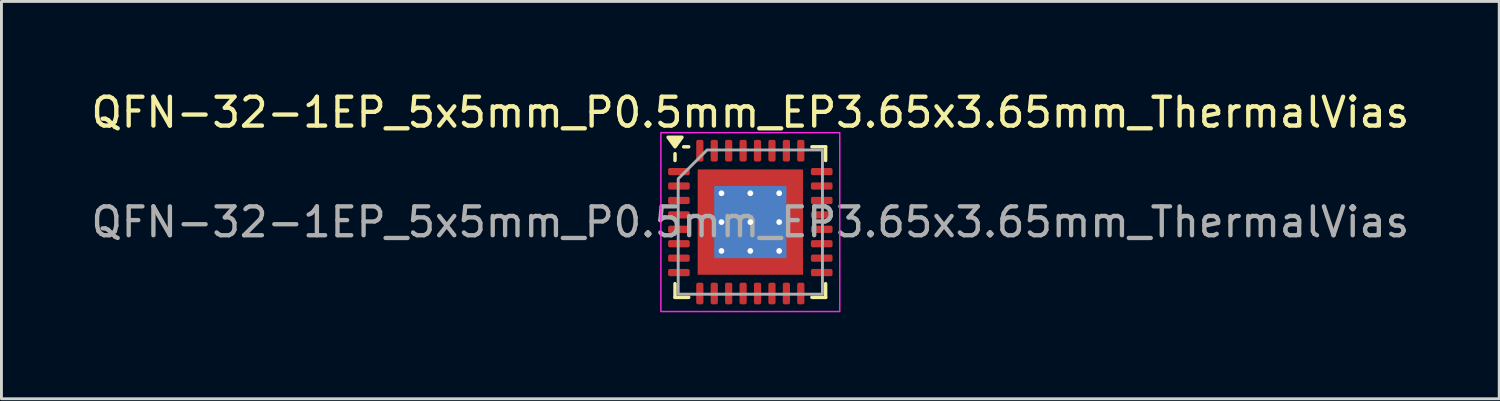
<source format=kicad_pcb>
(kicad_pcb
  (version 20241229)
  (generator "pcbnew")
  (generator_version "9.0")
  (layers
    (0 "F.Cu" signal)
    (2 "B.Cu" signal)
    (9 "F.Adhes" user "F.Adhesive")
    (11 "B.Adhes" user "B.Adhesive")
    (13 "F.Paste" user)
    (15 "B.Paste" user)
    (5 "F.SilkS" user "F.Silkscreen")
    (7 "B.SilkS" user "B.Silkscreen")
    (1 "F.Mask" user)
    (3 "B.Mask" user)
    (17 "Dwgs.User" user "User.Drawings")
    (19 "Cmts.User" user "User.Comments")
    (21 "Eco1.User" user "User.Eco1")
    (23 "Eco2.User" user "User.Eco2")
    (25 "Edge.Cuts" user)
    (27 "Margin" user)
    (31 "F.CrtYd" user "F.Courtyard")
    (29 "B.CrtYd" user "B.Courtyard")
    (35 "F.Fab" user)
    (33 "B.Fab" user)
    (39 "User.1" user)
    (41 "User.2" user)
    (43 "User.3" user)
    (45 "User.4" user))
  (footprint "QFN-32-1EP_5x5mm_P0.5mm_EP3.65x3.65mm_ThermalVias"
    (layer "F.Cu")
    (at 22.958 4.648)
    (property "Reference" "QFN-32-1EP_5x5mm_P0.5mm_EP3.65x3.65mm_ThermalVias" (at 0 -3.8 0) (layer "F.SilkS") (effects (font (size 1 1) (thickness 0.15))))
    (attr smd)
    (fp_line (start -2.61 -2.135) (end -2.61 -2.37) (stroke (width 0.12) (type solid)) (layer "F.SilkS"))
    (fp_line (start -2.61 2.61) (end -2.61 2.135) (stroke (width 0.12) (type solid)) (layer "F.SilkS"))
    (fp_line (start -2.135 -2.61) (end -2.31 -2.61) (stroke (width 0.12) (type solid)) (layer "F.SilkS"))
    (fp_line (start -2.135 2.61) (end -2.61 2.61) (stroke (width 0.12) (type solid)) (layer "F.SilkS"))
    (fp_line (start 2.135 -2.61) (end 2.61 -2.61) (stroke (width 0.12) (type solid)) (layer "F.SilkS"))
    (fp_line (start 2.135 2.61) (end 2.61 2.61) (stroke (width 0.12) (type solid)) (layer "F.SilkS"))
    (fp_line (start 2.61 -2.61) (end 2.61 -2.135) (stroke (width 0.12) (type solid)) (layer "F.SilkS"))
    (fp_line (start 2.61 2.61) (end 2.61 2.135) (stroke (width 0.12) (type solid)) (layer "F.SilkS"))
    (fp_poly (pts (xy -2.61 -2.61) (xy -2.85 -2.94) (xy -2.37 -2.94)) (stroke (width 0.12) (type solid)) (fill yes) (layer "F.SilkS"))
    (fp_rect (start -3.1 -3.1) (end 3.1 3.1) (stroke (width 0.05) (type solid)) (fill no) (layer "F.CrtYd"))
    (fp_poly (pts (xy -2.5 -1.5) (xy -2.5 2.5) (xy 2.5 2.5) (xy 2.5 -2.5) (xy -1.5 -2.5)) (stroke (width 0.1) (type solid)) (fill no) (layer "F.Fab"))
    (fp_text user "${REFERENCE}" (at 0 0 0) (layer "F.Fab") (effects (font (size 1 1) (thickness 0.15))))
    (pad "" smd custom (at -1.413 -1.413) (size 0.578 0.578) (layers "F.Paste") (options (anchor circle)) (primitives (gr_poly (pts (xy -0.246 -0.246) (xy 0.246 -0.246) (xy 0.246 0.174) (xy 0.174 0.246) (xy -0.246 0.246)) (width 0.174) (fill yes))))
    (pad "" smd custom (at -1.413 -0.5) (size 0.59 0.59) (layers "F.Paste") (options (anchor circle)) (primitives (gr_poly (pts (xy -0.258 -0.328) (xy 0.195 -0.328) (xy 0.258 -0.266) (xy 0.258 0.266) (xy 0.195 0.328) (xy -0.258 0.328)) (width 0.15) (fill yes))))
    (pad "" smd custom (at -1.413 0.5) (size 0.59 0.59) (layers "F.Paste") (options (anchor circle)) (primitives (gr_poly (pts (xy -0.258 -0.328) (xy 0.195 -0.328) (xy 0.258 -0.266) (xy 0.258 0.266) (xy 0.195 0.328) (xy -0.258 0.328)) (width 0.15) (fill yes))))
    (pad "" smd custom (at -1.413 1.413) (size 0.578 0.578) (layers "F.Paste") (options (anchor circle)) (primitives (gr_poly (pts (xy -0.246 -0.246) (xy 0.174 -0.246) (xy 0.246 -0.174) (xy 0.246 0.246) (xy -0.246 0.246)) (width 0.174) (fill yes))))
    (pad "" smd custom (at -0.5 -1.413) (size 0.59 0.59) (layers "F.Paste") (options (anchor circle)) (primitives (gr_poly (pts (xy -0.328 -0.258) (xy 0.328 -0.258) (xy 0.328 0.195) (xy 0.266 0.258) (xy -0.266 0.258) (xy -0.328 0.195)) (width 0.15) (fill yes))))
    (pad "" smd roundrect (at -0.5 -0.5) (size 0.806 0.806) (layers "F.Paste") (roundrect_rratio 0.25))
    (pad "" smd roundrect (at -0.5 0.5) (size 0.806 0.806) (layers "F.Paste") (roundrect_rratio 0.25))
    (pad "" smd custom (at -0.5 1.413) (size 0.59 0.59) (layers "F.Paste") (options (anchor circle)) (primitives (gr_poly (pts (xy -0.328 -0.195) (xy -0.266 -0.258) (xy 0.266 -0.258) (xy 0.328 -0.195) (xy 0.328 0.258) (xy -0.328 0.258)) (width 0.15) (fill yes))))
    (pad "" smd custom (at 0.5 -1.413) (size 0.59 0.59) (layers "F.Paste") (options (anchor circle)) (primitives (gr_poly (pts (xy -0.328 -0.258) (xy 0.328 -0.258) (xy 0.328 0.195) (xy 0.266 0.258) (xy -0.266 0.258) (xy -0.328 0.195)) (width 0.15) (fill yes))))
    (pad "" smd roundrect (at 0.5 -0.5) (size 0.806 0.806) (layers "F.Paste") (roundrect_rratio 0.25))
    (pad "" smd roundrect (at 0.5 0.5) (size 0.806 0.806) (layers "F.Paste") (roundrect_rratio 0.25))
    (pad "" smd custom (at 0.5 1.413) (size 0.59 0.59) (layers "F.Paste") (options (anchor circle)) (primitives (gr_poly (pts (xy -0.328 -0.195) (xy -0.266 -0.258) (xy 0.266 -0.258) (xy 0.328 -0.195) (xy 0.328 0.258) (xy -0.328 0.258)) (width 0.15) (fill yes))))
    (pad "" smd custom (at 1.413 -1.413) (size 0.578 0.578) (layers "F.Paste") (options (anchor circle)) (primitives (gr_poly (pts (xy -0.246 -0.246) (xy 0.246 -0.246) (xy 0.246 0.246) (xy -0.174 0.246) (xy -0.246 0.174)) (width 0.174) (fill yes))))
    (pad "" smd custom (at 1.413 -0.5) (size 0.59 0.59) (layers "F.Paste") (options (anchor circle)) (primitives (gr_poly (pts (xy -0.258 -0.266) (xy -0.195 -0.328) (xy 0.258 -0.328) (xy 0.258 0.328) (xy -0.195 0.328) (xy -0.258 0.266)) (width 0.15) (fill yes))))
    (pad "" smd custom (at 1.413 0.5) (size 0.59 0.59) (layers "F.Paste") (options (anchor circle)) (primitives (gr_poly (pts (xy -0.258 -0.266) (xy -0.195 -0.328) (xy 0.258 -0.328) (xy 0.258 0.328) (xy -0.195 0.328) (xy -0.258 0.266)) (width 0.15) (fill yes))))
    (pad "" smd custom (at 1.413 1.413) (size 0.578 0.578) (layers "F.Paste") (options (anchor circle)) (primitives (gr_poly (pts (xy -0.246 -0.174) (xy -0.174 -0.246) (xy 0.246 -0.246) (xy 0.246 0.246) (xy -0.246 0.246)) (width 0.174) (fill yes))))
    (pad "1" smd roundrect (at -2.475 -1.75) (size 0.75 0.25) (layers "F.Cu" "F.Mask" "F.Paste") (roundrect_rratio 0.25))
    (pad "2" smd roundrect (at -2.475 -1.25) (size 0.75 0.25) (layers "F.Cu" "F.Mask" "F.Paste") (roundrect_rratio 0.25))
    (pad "3" smd roundrect (at -2.475 -0.75) (size 0.75 0.25) (layers "F.Cu" "F.Mask" "F.Paste") (roundrect_rratio 0.25))
    (pad "4" smd roundrect (at -2.475 -0.25) (size 0.75 0.25) (layers "F.Cu" "F.Mask" "F.Paste") (roundrect_rratio 0.25))
    (pad "5" smd roundrect (at -2.475 0.25) (size 0.75 0.25) (layers "F.Cu" "F.Mask" "F.Paste") (roundrect_rratio 0.25))
    (pad "6" smd roundrect (at -2.475 0.75) (size 0.75 0.25) (layers "F.Cu" "F.Mask" "F.Paste") (roundrect_rratio 0.25))
    (pad "7" smd roundrect (at -2.475 1.25) (size 0.75 0.25) (layers "F.Cu" "F.Mask" "F.Paste") (roundrect_rratio 0.25))
    (pad "8" smd roundrect (at -2.475 1.75) (size 0.75 0.25) (layers "F.Cu" "F.Mask" "F.Paste") (roundrect_rratio 0.25))
    (pad "9" smd roundrect (at -1.75 2.475) (size 0.25 0.75) (layers "F.Cu" "F.Mask" "F.Paste") (roundrect_rratio 0.25))
    (pad "10" smd roundrect (at -1.25 2.475) (size 0.25 0.75) (layers "F.Cu" "F.Mask" "F.Paste") (roundrect_rratio 0.25))
    (pad "11" smd roundrect (at -0.75 2.475) (size 0.25 0.75) (layers "F.Cu" "F.Mask" "F.Paste") (roundrect_rratio 0.25))
    (pad "12" smd roundrect (at -0.25 2.475) (size 0.25 0.75) (layers "F.Cu" "F.Mask" "F.Paste") (roundrect_rratio 0.25))
    (pad "13" smd roundrect (at 0.25 2.475) (size 0.25 0.75) (layers "F.Cu" "F.Mask" "F.Paste") (roundrect_rratio 0.25))
    (pad "14" smd roundrect (at 0.75 2.475) (size 0.25 0.75) (layers "F.Cu" "F.Mask" "F.Paste") (roundrect_rratio 0.25))
    (pad "15" smd roundrect (at 1.25 2.475) (size 0.25 0.75) (layers "F.Cu" "F.Mask" "F.Paste") (roundrect_rratio 0.25))
    (pad "16" smd roundrect (at 1.75 2.475) (size 0.25 0.75) (layers "F.Cu" "F.Mask" "F.Paste") (roundrect_rratio 0.25))
    (pad "17" smd roundrect (at 2.475 1.75) (size 0.75 0.25) (layers "F.Cu" "F.Mask" "F.Paste") (roundrect_rratio 0.25))
    (pad "18" smd roundrect (at 2.475 1.25) (size 0.75 0.25) (layers "F.Cu" "F.Mask" "F.Paste") (roundrect_rratio 0.25))
    (pad "19" smd roundrect (at 2.475 0.75) (size 0.75 0.25) (layers "F.Cu" "F.Mask" "F.Paste") (roundrect_rratio 0.25))
    (pad "20" smd roundrect (at 2.475 0.25) (size 0.75 0.25) (layers "F.Cu" "F.Mask" "F.Paste") (roundrect_rratio 0.25))
    (pad "21" smd roundrect (at 2.475 -0.25) (size 0.75 0.25) (layers "F.Cu" "F.Mask" "F.Paste") (roundrect_rratio 0.25))
    (pad "22" smd roundrect (at 2.475 -0.75) (size 0.75 0.25) (layers "F.Cu" "F.Mask" "F.Paste") (roundrect_rratio 0.25))
    (pad "23" smd roundrect (at 2.475 -1.25) (size 0.75 0.25) (layers "F.Cu" "F.Mask" "F.Paste") (roundrect_rratio 0.25))
    (pad "24" smd roundrect (at 2.475 -1.75) (size 0.75 0.25) (layers "F.Cu" "F.Mask" "F.Paste") (roundrect_rratio 0.25))
    (pad "25" smd roundrect (at 1.75 -2.475) (size 0.25 0.75) (layers "F.Cu" "F.Mask" "F.Paste") (roundrect_rratio 0.25))
    (pad "26" smd roundrect (at 1.25 -2.475) (size 0.25 0.75) (layers "F.Cu" "F.Mask" "F.Paste") (roundrect_rratio 0.25))
    (pad "27" smd roundrect (at 0.75 -2.475) (size 0.25 0.75) (layers "F.Cu" "F.Mask" "F.Paste") (roundrect_rratio 0.25))
    (pad "28" smd roundrect (at 0.25 -2.475) (size 0.25 0.75) (layers "F.Cu" "F.Mask" "F.Paste") (roundrect_rratio 0.25))
    (pad "29" smd roundrect (at -0.25 -2.475) (size 0.25 0.75) (layers "F.Cu" "F.Mask" "F.Paste") (roundrect_rratio 0.25))
    (pad "30" smd roundrect (at -0.75 -2.475) (size 0.25 0.75) (layers "F.Cu" "F.Mask" "F.Paste") (roundrect_rratio 0.25))
    (pad "31" smd roundrect (at -1.25 -2.475) (size 0.25 0.75) (layers "F.Cu" "F.Mask" "F.Paste") (roundrect_rratio 0.25))
    (pad "32" smd roundrect (at -1.75 -2.475) (size 0.25 0.75) (layers "F.Cu" "F.Mask" "F.Paste") (roundrect_rratio 0.25))
    (pad "33" thru_hole circle (at -1 -1) (size 0.5 0.5) (drill 0.2) (property pad_prop_heatsink) (layers "*.Cu"))
    (pad "33" thru_hole circle (at -1 0) (size 0.5 0.5) (drill 0.2) (property pad_prop_heatsink) (layers "*.Cu"))
    (pad "33" thru_hole circle (at -1 1) (size 0.5 0.5) (drill 0.2) (property pad_prop_heatsink) (layers "*.Cu"))
    (pad "33" thru_hole circle (at 0 -1) (size 0.5 0.5) (drill 0.2) (property pad_prop_heatsink) (layers "*.Cu"))
    (pad "33" thru_hole circle (at 0 0) (size 0.5 0.5) (drill 0.2) (property pad_prop_heatsink) (layers "*.Cu"))
    (pad "33" smd rect (at 0 0) (size 2.5 2.5) (property pad_prop_heatsink) (layers "B.Cu"))
    (pad "33" smd rect (at 0 0) (size 3.65 3.65) (property pad_prop_heatsink) (layers "F.Cu" "F.Mask"))
    (pad "33" thru_hole circle (at 0 1) (size 0.5 0.5) (drill 0.2) (property pad_prop_heatsink) (layers "*.Cu"))
    (pad "33" thru_hole circle (at 1 -1) (size 0.5 0.5) (drill 0.2) (property pad_prop_heatsink) (layers "*.Cu"))
    (pad "33" thru_hole circle (at 1 0) (size 0.5 0.5) (drill 0.2) (property pad_prop_heatsink) (layers "*.Cu"))
    (pad "33" thru_hole circle (at 1 1) (size 0.5 0.5) (drill 0.2) (property pad_prop_heatsink) (layers "*.Cu")))
  (gr_rect
    (start -3 -3)
    (end 48.917 10.773)
    (stroke (width 0.1) (type default))
    (fill no)
    (layer "Edge.Cuts")))
</source>
